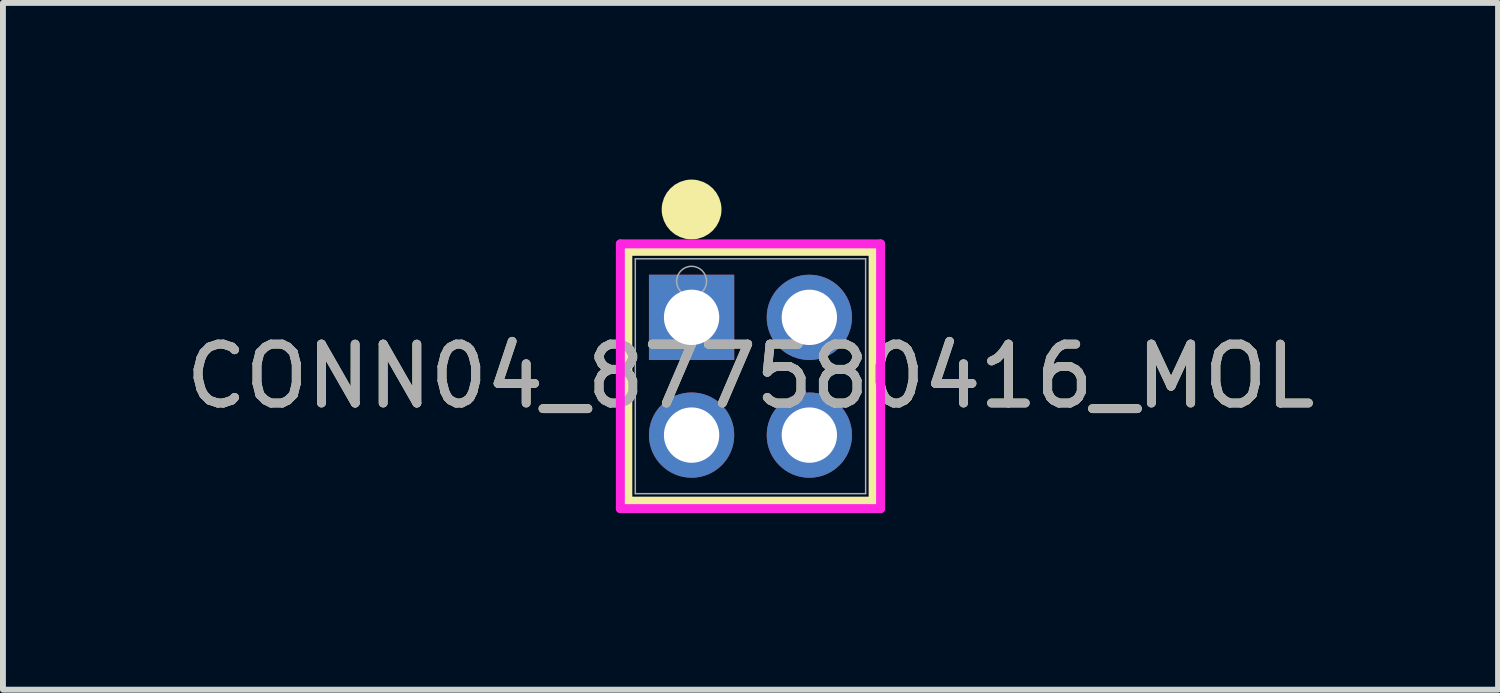
<source format=kicad_pcb>
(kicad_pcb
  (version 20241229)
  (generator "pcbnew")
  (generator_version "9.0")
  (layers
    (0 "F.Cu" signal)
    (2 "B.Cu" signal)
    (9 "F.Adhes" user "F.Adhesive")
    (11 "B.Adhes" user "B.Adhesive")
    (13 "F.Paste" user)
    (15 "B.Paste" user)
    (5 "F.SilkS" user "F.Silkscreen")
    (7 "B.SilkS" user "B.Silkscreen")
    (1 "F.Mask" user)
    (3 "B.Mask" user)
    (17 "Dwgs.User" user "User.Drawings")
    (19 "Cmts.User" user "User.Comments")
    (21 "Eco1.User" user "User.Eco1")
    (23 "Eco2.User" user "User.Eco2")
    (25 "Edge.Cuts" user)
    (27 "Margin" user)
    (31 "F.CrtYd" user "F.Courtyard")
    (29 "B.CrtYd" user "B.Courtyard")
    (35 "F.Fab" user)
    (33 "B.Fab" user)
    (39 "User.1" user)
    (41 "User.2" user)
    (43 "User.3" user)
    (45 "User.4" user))
  (footprint "CONN04_877580416_MOL"
    (layer "F.Cu")
    (at 8.696 2.34)
    (property "Reference" "CONN04_877580416_MOL" (at 1 1 0) (unlocked yes) (layer "F.SilkS") (effects (font (size 1 1) (thickness 0.15))))
    (attr through_hole)
    (fp_line (start -1.083 -1.121) (end -1.083 3.121) (stroke (width 0.152) (type solid)) (layer "F.SilkS"))
    (fp_line (start -1.083 3.121) (end 3.083 3.121) (stroke (width 0.152) (type solid)) (layer "F.SilkS"))
    (fp_line (start 3.083 -1.121) (end -1.083 -1.121) (stroke (width 0.152) (type solid)) (layer "F.SilkS"))
    (fp_line (start 3.083 3.121) (end 3.083 -1.121) (stroke (width 0.152) (type solid)) (layer "F.SilkS"))
    (fp_circle (center 0 -1.832) (end 0.254 -1.832) (stroke (width 0.508) (type solid)) (fill no) (layer "F.SilkS"))
    (fp_line (start -1.21 -1.248) (end -1.21 3.248) (stroke (width 0.152) (type solid)) (layer "F.CrtYd"))
    (fp_line (start -1.21 3.248) (end 3.21 3.248) (stroke (width 0.152) (type solid)) (layer "F.CrtYd"))
    (fp_line (start 3.21 -1.248) (end -1.21 -1.248) (stroke (width 0.152) (type solid)) (layer "F.CrtYd"))
    (fp_line (start 3.21 3.248) (end 3.21 -1.248) (stroke (width 0.152) (type solid)) (layer "F.CrtYd"))
    (fp_line (start -0.956 -0.994) (end -0.956 2.994) (stroke (width 0.025) (type solid)) (layer "F.Fab"))
    (fp_line (start -0.956 2.994) (end 2.956 2.994) (stroke (width 0.025) (type solid)) (layer "F.Fab"))
    (fp_line (start 2.956 -0.994) (end -0.956 -0.994) (stroke (width 0.025) (type solid)) (layer "F.Fab"))
    (fp_line (start 2.956 2.994) (end 2.956 -0.994) (stroke (width 0.025) (type solid)) (layer "F.Fab"))
    (fp_circle (center 0 -0.613) (end 0.254 -0.613) (stroke (width 0.025) (type solid)) (fill no) (layer "F.Fab"))
    (fp_text user "${REFERENCE}" (at 1 1 0) (unlocked yes) (layer "F.Fab") (effects (font (size 1 1) (thickness 0.15))))
    (pad "1" thru_hole rect (at 0 0) (size 1.448 1.448) (drill 0.94) (layers "*.Cu" "*.Mask"))
    (pad "2" thru_hole circle (at 0 2) (size 1.448 1.448) (drill 0.94) (layers "*.Cu" "*.Mask"))
    (pad "3" thru_hole circle (at 2 0) (size 1.448 1.448) (drill 0.94) (layers "*.Cu" "*.Mask"))
    (pad "4" thru_hole circle (at 2 2) (size 1.448 1.448) (drill 0.94) (layers "*.Cu" "*.Mask")))
  (gr_rect
    (start -3 -3)
    (end 22.393 8.664)
    (stroke (width 0.1) (type default))
    (fill no)
    (layer "Edge.Cuts")))
</source>
